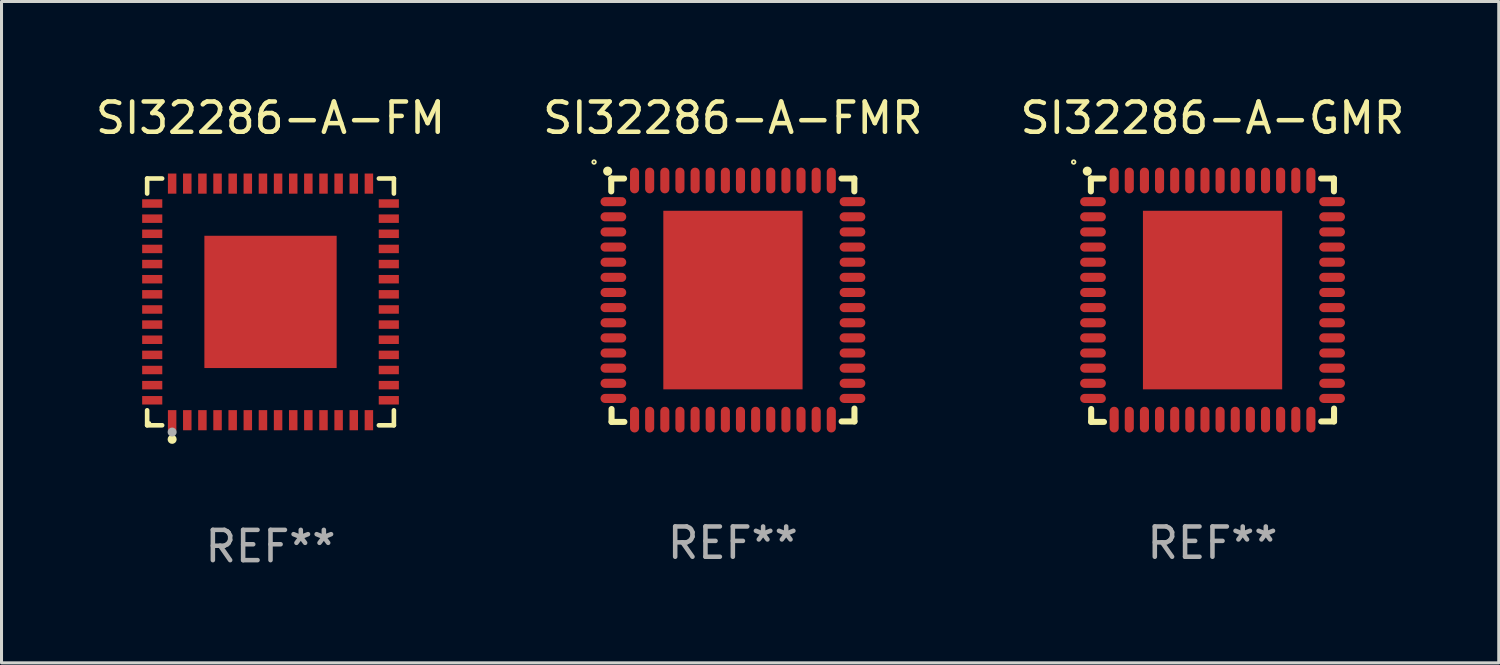
<source format=kicad_pcb>
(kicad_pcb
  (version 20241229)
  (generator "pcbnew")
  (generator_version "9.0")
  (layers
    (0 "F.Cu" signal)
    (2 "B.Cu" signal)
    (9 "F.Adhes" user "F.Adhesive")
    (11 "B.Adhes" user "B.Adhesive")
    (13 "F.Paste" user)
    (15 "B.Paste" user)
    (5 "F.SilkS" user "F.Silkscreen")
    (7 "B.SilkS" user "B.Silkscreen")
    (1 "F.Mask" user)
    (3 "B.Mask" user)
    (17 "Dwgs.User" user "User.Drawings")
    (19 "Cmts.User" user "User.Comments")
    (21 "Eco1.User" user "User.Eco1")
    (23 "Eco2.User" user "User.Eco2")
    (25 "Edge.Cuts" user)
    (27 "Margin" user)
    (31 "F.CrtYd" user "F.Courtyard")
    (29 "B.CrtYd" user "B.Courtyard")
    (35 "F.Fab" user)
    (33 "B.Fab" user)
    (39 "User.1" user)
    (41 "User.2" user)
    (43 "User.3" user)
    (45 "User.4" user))
  (footprint "SI32286-A-GMR"
    (layer "F.Cu")
    (at 37.006 6.868)
    (property "Reference" "SI32286-A-GMR" (at 0 -6.02 0) (layer "F.SilkS") (effects (font (size 1 1) (thickness 0.15))))
    (attr through_hole)
    (fp_line (start -4.017 -4.02) (end -3.593 -4.02) (stroke (width 0.2) (type solid)) (layer "F.SilkS"))
    (fp_line (start -4.017 -3.595) (end -4.017 -4.02) (stroke (width 0.2) (type solid)) (layer "F.SilkS"))
    (fp_line (start -4.007 3.595) (end -4.007 4.02) (stroke (width 0.2) (type solid)) (layer "F.SilkS"))
    (fp_line (start -4.007 4.02) (end -3.583 4.02) (stroke (width 0.2) (type solid)) (layer "F.SilkS"))
    (fp_line (start 3.593 4.005) (end 4.017 4.005) (stroke (width 0.2) (type solid)) (layer "F.SilkS"))
    (fp_line (start 4.013 -4.02) (end 3.588 -4.02) (stroke (width 0.2) (type solid)) (layer "F.SilkS"))
    (fp_line (start 4.013 -3.595) (end 4.013 -4.02) (stroke (width 0.2) (type solid)) (layer "F.SilkS"))
    (fp_line (start 4.017 4.005) (end 4.017 3.58) (stroke (width 0.2) (type solid)) (layer "F.SilkS"))
    (fp_arc (start -4.135484 -4.262433) (mid -4.135489 -4.263703) (end -4.135484 -4.264973) (stroke (width 0.3) (type solid)) (layer "F.SilkS"))
    (fp_circle (center -4.585 -4.564) (end -4.556 -4.564) (stroke (width 0.06) (type solid)) (fill no) (layer "F.SilkS"))
    (fp_text user "REF**" (at 0 8.02 0) (layer "F.Fab") (effects (font (size 1 1) (thickness 0.15))))
    (pad "1" smd oval (at -3.947 -3.255 90) (size 0.3 0.85) (layers "F.Cu" "F.Mask" "F.Paste"))
    (pad "2" smd oval (at -3.947 -2.755 90) (size 0.3 0.85) (layers "F.Cu" "F.Mask" "F.Paste"))
    (pad "3" smd oval (at -3.947 -2.255 90) (size 0.3 0.85) (layers "F.Cu" "F.Mask" "F.Paste"))
    (pad "4" smd oval (at -3.947 -1.755 90) (size 0.3 0.85) (layers "F.Cu" "F.Mask" "F.Paste"))
    (pad "5" smd oval (at -3.947 -1.255 90) (size 0.3 0.85) (layers "F.Cu" "F.Mask" "F.Paste"))
    (pad "6" smd oval (at -3.947 -0.755 90) (size 0.3 0.85) (layers "F.Cu" "F.Mask" "F.Paste"))
    (pad "7" smd oval (at -3.947 -0.255 90) (size 0.3 0.85) (layers "F.Cu" "F.Mask" "F.Paste"))
    (pad "8" smd oval (at -3.947 0.245 90) (size 0.3 0.85) (layers "F.Cu" "F.Mask" "F.Paste"))
    (pad "9" smd oval (at -3.947 0.745 90) (size 0.3 0.85) (layers "F.Cu" "F.Mask" "F.Paste"))
    (pad "10" smd oval (at -3.947 1.245 90) (size 0.3 0.85) (layers "F.Cu" "F.Mask" "F.Paste"))
    (pad "11" smd oval (at -3.947 1.745 90) (size 0.3 0.85) (layers "F.Cu" "F.Mask" "F.Paste"))
    (pad "12" smd oval (at -3.947 2.245 90) (size 0.3 0.85) (layers "F.Cu" "F.Mask" "F.Paste"))
    (pad "13" smd oval (at -3.947 2.745 90) (size 0.3 0.85) (layers "F.Cu" "F.Mask" "F.Paste"))
    (pad "14" smd oval (at -3.947 3.245 90) (size 0.3 0.85) (layers "F.Cu" "F.Mask" "F.Paste"))
    (pad "15" smd oval (at -3.247 3.945) (size 0.3 0.85) (layers "F.Cu" "F.Mask" "F.Paste"))
    (pad "16" smd oval (at -2.748 3.945) (size 0.3 0.85) (layers "F.Cu" "F.Mask" "F.Paste"))
    (pad "17" smd oval (at -2.247 3.945) (size 0.3 0.85) (layers "F.Cu" "F.Mask" "F.Paste"))
    (pad "18" smd oval (at -1.748 3.945) (size 0.3 0.85) (layers "F.Cu" "F.Mask" "F.Paste"))
    (pad "19" smd oval (at -1.247 3.945) (size 0.3 0.85) (layers "F.Cu" "F.Mask" "F.Paste"))
    (pad "20" smd oval (at -0.748 3.945) (size 0.3 0.85) (layers "F.Cu" "F.Mask" "F.Paste"))
    (pad "21" smd oval (at -0.247 3.945) (size 0.3 0.85) (layers "F.Cu" "F.Mask" "F.Paste"))
    (pad "22" smd oval (at 0.252 3.945) (size 0.3 0.85) (layers "F.Cu" "F.Mask" "F.Paste"))
    (pad "23" smd oval (at 0.753 3.945) (size 0.3 0.85) (layers "F.Cu" "F.Mask" "F.Paste"))
    (pad "24" smd oval (at 1.252 3.945) (size 0.3 0.85) (layers "F.Cu" "F.Mask" "F.Paste"))
    (pad "25" smd oval (at 1.753 3.945) (size 0.3 0.85) (layers "F.Cu" "F.Mask" "F.Paste"))
    (pad "26" smd oval (at 2.252 3.945) (size 0.3 0.85) (layers "F.Cu" "F.Mask" "F.Paste"))
    (pad "27" smd oval (at 2.753 3.945) (size 0.3 0.85) (layers "F.Cu" "F.Mask" "F.Paste"))
    (pad "28" smd oval (at 3.252 3.945) (size 0.3 0.85) (layers "F.Cu" "F.Mask" "F.Paste"))
    (pad "29" smd oval (at 3.952 3.245 90) (size 0.3 0.85) (layers "F.Cu" "F.Mask" "F.Paste"))
    (pad "30" smd oval (at 3.952 2.745 90) (size 0.3 0.85) (layers "F.Cu" "F.Mask" "F.Paste"))
    (pad "31" smd oval (at 3.952 2.245 90) (size 0.3 0.85) (layers "F.Cu" "F.Mask" "F.Paste"))
    (pad "32" smd oval (at 3.952 1.745 90) (size 0.3 0.85) (layers "F.Cu" "F.Mask" "F.Paste"))
    (pad "33" smd oval (at 3.952 1.245 90) (size 0.3 0.85) (layers "F.Cu" "F.Mask" "F.Paste"))
    (pad "34" smd oval (at 3.952 0.745 90) (size 0.3 0.85) (layers "F.Cu" "F.Mask" "F.Paste"))
    (pad "35" smd oval (at 3.952 0.245 90) (size 0.3 0.85) (layers "F.Cu" "F.Mask" "F.Paste"))
    (pad "36" smd oval (at 3.952 -0.255 90) (size 0.3 0.85) (layers "F.Cu" "F.Mask" "F.Paste"))
    (pad "37" smd oval (at 3.952 -0.755 90) (size 0.3 0.85) (layers "F.Cu" "F.Mask" "F.Paste"))
    (pad "38" smd oval (at 3.952 -1.255 90) (size 0.3 0.85) (layers "F.Cu" "F.Mask" "F.Paste"))
    (pad "39" smd oval (at 3.952 -1.755 90) (size 0.3 0.85) (layers "F.Cu" "F.Mask" "F.Paste"))
    (pad "40" smd oval (at 3.952 -2.255 90) (size 0.3 0.85) (layers "F.Cu" "F.Mask" "F.Paste"))
    (pad "41" smd oval (at 3.952 -2.755 90) (size 0.3 0.85) (layers "F.Cu" "F.Mask" "F.Paste"))
    (pad "42" smd oval (at 3.952 -3.255 90) (size 0.3 0.85) (layers "F.Cu" "F.Mask" "F.Paste"))
    (pad "43" smd oval (at 3.252 -3.955) (size 0.3 0.85) (layers "F.Cu" "F.Mask" "F.Paste"))
    (pad "44" smd oval (at 2.753 -3.955) (size 0.3 0.85) (layers "F.Cu" "F.Mask" "F.Paste"))
    (pad "45" smd oval (at 2.252 -3.955) (size 0.3 0.85) (layers "F.Cu" "F.Mask" "F.Paste"))
    (pad "46" smd oval (at 1.753 -3.955) (size 0.3 0.85) (layers "F.Cu" "F.Mask" "F.Paste"))
    (pad "47" smd oval (at 1.252 -3.955) (size 0.3 0.85) (layers "F.Cu" "F.Mask" "F.Paste"))
    (pad "48" smd oval (at 0.753 -3.955) (size 0.3 0.85) (layers "F.Cu" "F.Mask" "F.Paste"))
    (pad "49" smd oval (at 0.252 -3.955) (size 0.3 0.85) (layers "F.Cu" "F.Mask" "F.Paste"))
    (pad "50" smd oval (at -0.247 -3.955) (size 0.3 0.85) (layers "F.Cu" "F.Mask" "F.Paste"))
    (pad "51" smd oval (at -0.748 -3.955) (size 0.3 0.85) (layers "F.Cu" "F.Mask" "F.Paste"))
    (pad "52" smd oval (at -1.247 -3.955) (size 0.3 0.85) (layers "F.Cu" "F.Mask" "F.Paste"))
    (pad "53" smd oval (at -1.748 -3.955) (size 0.3 0.85) (layers "F.Cu" "F.Mask" "F.Paste"))
    (pad "54" smd oval (at -2.247 -3.955) (size 0.3 0.85) (layers "F.Cu" "F.Mask" "F.Paste"))
    (pad "55" smd oval (at -2.748 -3.955) (size 0.3 0.85) (layers "F.Cu" "F.Mask" "F.Paste"))
    (pad "56" smd oval (at -3.247 -3.955) (size 0.3 0.85) (layers "F.Cu" "F.Mask" "F.Paste"))
    (pad "57" smd rect (at 0.003 -0.005) (size 4.6 5.9) (layers "F.Cu" "F.Mask" "F.Paste")))
  (footprint "SI32286-A-FM"
    (layer "F.Cu")
    (at 5.887 6.924)
    (property "Reference" "SI32286-A-FM" (at 0 -6.076 0) (layer "F.SilkS") (effects (font (size 1 1) (thickness 0.15))))
    (attr through_hole)
    (fp_line (start -4.076 -4.076) (end -3.58 -4.076) (stroke (width 0.152) (type solid)) (layer "F.SilkS"))
    (fp_line (start -4.076 -3.58) (end -4.076 -4.076) (stroke (width 0.152) (type solid)) (layer "F.SilkS"))
    (fp_line (start -4.076 3.581) (end -4.076 4.076) (stroke (width 0.152) (type solid)) (layer "F.SilkS"))
    (fp_line (start -4.076 4.076) (end -3.58 4.076) (stroke (width 0.152) (type solid)) (layer "F.SilkS"))
    (fp_line (start 4.076 -4.076) (end 3.58 -4.076) (stroke (width 0.152) (type solid)) (layer "F.SilkS"))
    (fp_line (start 4.076 -3.58) (end 4.076 -4.076) (stroke (width 0.152) (type solid)) (layer "F.SilkS"))
    (fp_line (start 4.076 3.581) (end 4.076 4.076) (stroke (width 0.152) (type solid)) (layer "F.SilkS"))
    (fp_line (start 4.076 4.076) (end 3.58 4.076) (stroke (width 0.152) (type solid)) (layer "F.SilkS"))
    (fp_circle (center -4 4) (end -3.97 4) (stroke (width 0.06) (type solid)) (fill no) (layer "F.SilkS"))
    (fp_circle (center -3.25 4.54) (end -3.175 4.54) (stroke (width 0.15) (type solid)) (fill no) (layer "F.SilkS"))
    (fp_circle (center -3.25 4.3) (end -3.175 4.3) (stroke (width 0.15) (type solid)) (fill no) (layer "F.Fab"))
    (fp_text user "REF**" (at 0 8.076 0) (layer "F.Fab") (effects (font (size 1 1) (thickness 0.15))))
    (pad "1" smd rect (at -3.25 3.908) (size 0.28 0.665) (layers "F.Cu" "F.Mask" "F.Paste"))
    (pad "2" smd rect (at -2.75 3.908) (size 0.28 0.665) (layers "F.Cu" "F.Mask" "F.Paste"))
    (pad "3" smd rect (at -2.25 3.908) (size 0.28 0.665) (layers "F.Cu" "F.Mask" "F.Paste"))
    (pad "4" smd rect (at -1.75 3.908) (size 0.28 0.665) (layers "F.Cu" "F.Mask" "F.Paste"))
    (pad "5" smd rect (at -1.25 3.908) (size 0.28 0.665) (layers "F.Cu" "F.Mask" "F.Paste"))
    (pad "6" smd rect (at -0.75 3.908) (size 0.28 0.665) (layers "F.Cu" "F.Mask" "F.Paste"))
    (pad "7" smd rect (at -0.25 3.908) (size 0.28 0.665) (layers "F.Cu" "F.Mask" "F.Paste"))
    (pad "8" smd rect (at 0.25 3.908) (size 0.28 0.665) (layers "F.Cu" "F.Mask" "F.Paste"))
    (pad "9" smd rect (at 0.75 3.908) (size 0.28 0.665) (layers "F.Cu" "F.Mask" "F.Paste"))
    (pad "10" smd rect (at 1.25 3.908) (size 0.28 0.665) (layers "F.Cu" "F.Mask" "F.Paste"))
    (pad "11" smd rect (at 1.75 3.908) (size 0.28 0.665) (layers "F.Cu" "F.Mask" "F.Paste"))
    (pad "12" smd rect (at 2.25 3.908) (size 0.28 0.665) (layers "F.Cu" "F.Mask" "F.Paste"))
    (pad "13" smd rect (at 2.75 3.908) (size 0.28 0.665) (layers "F.Cu" "F.Mask" "F.Paste"))
    (pad "14" smd rect (at 3.25 3.908) (size 0.28 0.665) (layers "F.Cu" "F.Mask" "F.Paste"))
    (pad "15" smd rect (at 3.908 3.25) (size 0.665 0.28) (layers "F.Cu" "F.Mask" "F.Paste"))
    (pad "16" smd rect (at 3.908 2.75) (size 0.665 0.28) (layers "F.Cu" "F.Mask" "F.Paste"))
    (pad "17" smd rect (at 3.908 2.25) (size 0.665 0.28) (layers "F.Cu" "F.Mask" "F.Paste"))
    (pad "18" smd rect (at 3.908 1.75) (size 0.665 0.28) (layers "F.Cu" "F.Mask" "F.Paste"))
    (pad "19" smd rect (at 3.908 1.25) (size 0.665 0.28) (layers "F.Cu" "F.Mask" "F.Paste"))
    (pad "20" smd rect (at 3.908 0.75) (size 0.665 0.28) (layers "F.Cu" "F.Mask" "F.Paste"))
    (pad "21" smd rect (at 3.908 0.25) (size 0.665 0.28) (layers "F.Cu" "F.Mask" "F.Paste"))
    (pad "22" smd rect (at 3.908 -0.25) (size 0.665 0.28) (layers "F.Cu" "F.Mask" "F.Paste"))
    (pad "23" smd rect (at 3.908 -0.75) (size 0.665 0.28) (layers "F.Cu" "F.Mask" "F.Paste"))
    (pad "24" smd rect (at 3.908 -1.25) (size 0.665 0.28) (layers "F.Cu" "F.Mask" "F.Paste"))
    (pad "25" smd rect (at 3.908 -1.75) (size 0.665 0.28) (layers "F.Cu" "F.Mask" "F.Paste"))
    (pad "26" smd rect (at 3.908 -2.25) (size 0.665 0.28) (layers "F.Cu" "F.Mask" "F.Paste"))
    (pad "27" smd rect (at 3.908 -2.75) (size 0.665 0.28) (layers "F.Cu" "F.Mask" "F.Paste"))
    (pad "28" smd rect (at 3.908 -3.25) (size 0.665 0.28) (layers "F.Cu" "F.Mask" "F.Paste"))
    (pad "29" smd rect (at 3.25 -3.908) (size 0.28 0.665) (layers "F.Cu" "F.Mask" "F.Paste"))
    (pad "30" smd rect (at 2.75 -3.908) (size 0.28 0.665) (layers "F.Cu" "F.Mask" "F.Paste"))
    (pad "31" smd rect (at 2.25 -3.908) (size 0.28 0.665) (layers "F.Cu" "F.Mask" "F.Paste"))
    (pad "32" smd rect (at 1.75 -3.908) (size 0.28 0.665) (layers "F.Cu" "F.Mask" "F.Paste"))
    (pad "33" smd rect (at 1.25 -3.908) (size 0.28 0.665) (layers "F.Cu" "F.Mask" "F.Paste"))
    (pad "34" smd rect (at 0.75 -3.908) (size 0.28 0.665) (layers "F.Cu" "F.Mask" "F.Paste"))
    (pad "35" smd rect (at 0.25 -3.908) (size 0.28 0.665) (layers "F.Cu" "F.Mask" "F.Paste"))
    (pad "36" smd rect (at -0.25 -3.908) (size 0.28 0.665) (layers "F.Cu" "F.Mask" "F.Paste"))
    (pad "37" smd rect (at -0.75 -3.908) (size 0.28 0.665) (layers "F.Cu" "F.Mask" "F.Paste"))
    (pad "38" smd rect (at -1.25 -3.908) (size 0.28 0.665) (layers "F.Cu" "F.Mask" "F.Paste"))
    (pad "39" smd rect (at -1.75 -3.908) (size 0.28 0.665) (layers "F.Cu" "F.Mask" "F.Paste"))
    (pad "40" smd rect (at -2.25 -3.908) (size 0.28 0.665) (layers "F.Cu" "F.Mask" "F.Paste"))
    (pad "41" smd rect (at -2.75 -3.908) (size 0.28 0.665) (layers "F.Cu" "F.Mask" "F.Paste"))
    (pad "42" smd rect (at -3.25 -3.908) (size 0.28 0.665) (layers "F.Cu" "F.Mask" "F.Paste"))
    (pad "43" smd rect (at -3.908 -3.25) (size 0.665 0.28) (layers "F.Cu" "F.Mask" "F.Paste"))
    (pad "44" smd rect (at -3.908 -2.75) (size 0.665 0.28) (layers "F.Cu" "F.Mask" "F.Paste"))
    (pad "45" smd rect (at -3.908 -2.25) (size 0.665 0.28) (layers "F.Cu" "F.Mask" "F.Paste"))
    (pad "46" smd rect (at -3.908 -1.75) (size 0.665 0.28) (layers "F.Cu" "F.Mask" "F.Paste"))
    (pad "47" smd rect (at -3.908 -1.25) (size 0.665 0.28) (layers "F.Cu" "F.Mask" "F.Paste"))
    (pad "48" smd rect (at -3.908 -0.75) (size 0.665 0.28) (layers "F.Cu" "F.Mask" "F.Paste"))
    (pad "49" smd rect (at -3.908 -0.25) (size 0.665 0.28) (layers "F.Cu" "F.Mask" "F.Paste"))
    (pad "50" smd rect (at -3.908 0.25) (size 0.665 0.28) (layers "F.Cu" "F.Mask" "F.Paste"))
    (pad "51" smd rect (at -3.908 0.75) (size 0.665 0.28) (layers "F.Cu" "F.Mask" "F.Paste"))
    (pad "52" smd rect (at -3.908 1.25) (size 0.665 0.28) (layers "F.Cu" "F.Mask" "F.Paste"))
    (pad "53" smd rect (at -3.908 1.75) (size 0.665 0.28) (layers "F.Cu" "F.Mask" "F.Paste"))
    (pad "54" smd rect (at -3.908 2.25) (size 0.665 0.28) (layers "F.Cu" "F.Mask" "F.Paste"))
    (pad "55" smd rect (at -3.908 2.75) (size 0.665 0.28) (layers "F.Cu" "F.Mask" "F.Paste"))
    (pad "56" smd rect (at -3.908 3.25) (size 0.665 0.28) (layers "F.Cu" "F.Mask" "F.Paste"))
    (pad "57" smd rect (at 0 0.000025) (size 4.37 4.37) (layers "F.Cu" "F.Mask" "F.Paste")))
  (footprint "SI32286-A-FMR"
    (layer "F.Cu")
    (at 21.161 6.868)
    (property "Reference" "SI32286-A-FMR" (at 0 -6.02 0) (layer "F.SilkS") (effects (font (size 1 1) (thickness 0.15))))
    (attr through_hole)
    (fp_line (start -4.017 -4.02) (end -3.593 -4.02) (stroke (width 0.2) (type solid)) (layer "F.SilkS"))
    (fp_line (start -4.017 -3.595) (end -4.017 -4.02) (stroke (width 0.2) (type solid)) (layer "F.SilkS"))
    (fp_line (start -4.007 3.595) (end -4.007 4.02) (stroke (width 0.2) (type solid)) (layer "F.SilkS"))
    (fp_line (start -4.007 4.02) (end -3.583 4.02) (stroke (width 0.2) (type solid)) (layer "F.SilkS"))
    (fp_line (start 3.593 4.005) (end 4.017 4.005) (stroke (width 0.2) (type solid)) (layer "F.SilkS"))
    (fp_line (start 4.013 -4.02) (end 3.588 -4.02) (stroke (width 0.2) (type solid)) (layer "F.SilkS"))
    (fp_line (start 4.013 -3.595) (end 4.013 -4.02) (stroke (width 0.2) (type solid)) (layer "F.SilkS"))
    (fp_line (start 4.017 4.005) (end 4.017 3.58) (stroke (width 0.2) (type solid)) (layer "F.SilkS"))
    (fp_arc (start -4.135484 -4.262433) (mid -4.135489 -4.263703) (end -4.135484 -4.264973) (stroke (width 0.3) (type solid)) (layer "F.SilkS"))
    (fp_circle (center -4.585 -4.564) (end -4.556 -4.564) (stroke (width 0.06) (type solid)) (fill no) (layer "F.SilkS"))
    (fp_text user "REF**" (at 0 8.02 0) (layer "F.Fab") (effects (font (size 1 1) (thickness 0.15))))
    (pad "1" smd oval (at -3.947 -3.255 90) (size 0.3 0.85) (layers "F.Cu" "F.Mask" "F.Paste"))
    (pad "2" smd oval (at -3.947 -2.755 90) (size 0.3 0.85) (layers "F.Cu" "F.Mask" "F.Paste"))
    (pad "3" smd oval (at -3.947 -2.255 90) (size 0.3 0.85) (layers "F.Cu" "F.Mask" "F.Paste"))
    (pad "4" smd oval (at -3.947 -1.755 90) (size 0.3 0.85) (layers "F.Cu" "F.Mask" "F.Paste"))
    (pad "5" smd oval (at -3.947 -1.255 90) (size 0.3 0.85) (layers "F.Cu" "F.Mask" "F.Paste"))
    (pad "6" smd oval (at -3.947 -0.755 90) (size 0.3 0.85) (layers "F.Cu" "F.Mask" "F.Paste"))
    (pad "7" smd oval (at -3.947 -0.255 90) (size 0.3 0.85) (layers "F.Cu" "F.Mask" "F.Paste"))
    (pad "8" smd oval (at -3.947 0.245 90) (size 0.3 0.85) (layers "F.Cu" "F.Mask" "F.Paste"))
    (pad "9" smd oval (at -3.947 0.745 90) (size 0.3 0.85) (layers "F.Cu" "F.Mask" "F.Paste"))
    (pad "10" smd oval (at -3.947 1.245 90) (size 0.3 0.85) (layers "F.Cu" "F.Mask" "F.Paste"))
    (pad "11" smd oval (at -3.947 1.745 90) (size 0.3 0.85) (layers "F.Cu" "F.Mask" "F.Paste"))
    (pad "12" smd oval (at -3.947 2.245 90) (size 0.3 0.85) (layers "F.Cu" "F.Mask" "F.Paste"))
    (pad "13" smd oval (at -3.947 2.745 90) (size 0.3 0.85) (layers "F.Cu" "F.Mask" "F.Paste"))
    (pad "14" smd oval (at -3.947 3.245 90) (size 0.3 0.85) (layers "F.Cu" "F.Mask" "F.Paste"))
    (pad "15" smd oval (at -3.247 3.945) (size 0.3 0.85) (layers "F.Cu" "F.Mask" "F.Paste"))
    (pad "16" smd oval (at -2.748 3.945) (size 0.3 0.85) (layers "F.Cu" "F.Mask" "F.Paste"))
    (pad "17" smd oval (at -2.247 3.945) (size 0.3 0.85) (layers "F.Cu" "F.Mask" "F.Paste"))
    (pad "18" smd oval (at -1.748 3.945) (size 0.3 0.85) (layers "F.Cu" "F.Mask" "F.Paste"))
    (pad "19" smd oval (at -1.247 3.945) (size 0.3 0.85) (layers "F.Cu" "F.Mask" "F.Paste"))
    (pad "20" smd oval (at -0.748 3.945) (size 0.3 0.85) (layers "F.Cu" "F.Mask" "F.Paste"))
    (pad "21" smd oval (at -0.247 3.945) (size 0.3 0.85) (layers "F.Cu" "F.Mask" "F.Paste"))
    (pad "22" smd oval (at 0.252 3.945) (size 0.3 0.85) (layers "F.Cu" "F.Mask" "F.Paste"))
    (pad "23" smd oval (at 0.753 3.945) (size 0.3 0.85) (layers "F.Cu" "F.Mask" "F.Paste"))
    (pad "24" smd oval (at 1.252 3.945) (size 0.3 0.85) (layers "F.Cu" "F.Mask" "F.Paste"))
    (pad "25" smd oval (at 1.753 3.945) (size 0.3 0.85) (layers "F.Cu" "F.Mask" "F.Paste"))
    (pad "26" smd oval (at 2.252 3.945) (size 0.3 0.85) (layers "F.Cu" "F.Mask" "F.Paste"))
    (pad "27" smd oval (at 2.753 3.945) (size 0.3 0.85) (layers "F.Cu" "F.Mask" "F.Paste"))
    (pad "28" smd oval (at 3.252 3.945) (size 0.3 0.85) (layers "F.Cu" "F.Mask" "F.Paste"))
    (pad "29" smd oval (at 3.952 3.245 90) (size 0.3 0.85) (layers "F.Cu" "F.Mask" "F.Paste"))
    (pad "30" smd oval (at 3.952 2.745 90) (size 0.3 0.85) (layers "F.Cu" "F.Mask" "F.Paste"))
    (pad "31" smd oval (at 3.952 2.245 90) (size 0.3 0.85) (layers "F.Cu" "F.Mask" "F.Paste"))
    (pad "32" smd oval (at 3.952 1.745 90) (size 0.3 0.85) (layers "F.Cu" "F.Mask" "F.Paste"))
    (pad "33" smd oval (at 3.952 1.245 90) (size 0.3 0.85) (layers "F.Cu" "F.Mask" "F.Paste"))
    (pad "34" smd oval (at 3.952 0.745 90) (size 0.3 0.85) (layers "F.Cu" "F.Mask" "F.Paste"))
    (pad "35" smd oval (at 3.952 0.245 90) (size 0.3 0.85) (layers "F.Cu" "F.Mask" "F.Paste"))
    (pad "36" smd oval (at 3.952 -0.255 90) (size 0.3 0.85) (layers "F.Cu" "F.Mask" "F.Paste"))
    (pad "37" smd oval (at 3.952 -0.755 90) (size 0.3 0.85) (layers "F.Cu" "F.Mask" "F.Paste"))
    (pad "38" smd oval (at 3.952 -1.255 90) (size 0.3 0.85) (layers "F.Cu" "F.Mask" "F.Paste"))
    (pad "39" smd oval (at 3.952 -1.755 90) (size 0.3 0.85) (layers "F.Cu" "F.Mask" "F.Paste"))
    (pad "40" smd oval (at 3.952 -2.255 90) (size 0.3 0.85) (layers "F.Cu" "F.Mask" "F.Paste"))
    (pad "41" smd oval (at 3.952 -2.755 90) (size 0.3 0.85) (layers "F.Cu" "F.Mask" "F.Paste"))
    (pad "42" smd oval (at 3.952 -3.255 90) (size 0.3 0.85) (layers "F.Cu" "F.Mask" "F.Paste"))
    (pad "43" smd oval (at 3.252 -3.955) (size 0.3 0.85) (layers "F.Cu" "F.Mask" "F.Paste"))
    (pad "44" smd oval (at 2.753 -3.955) (size 0.3 0.85) (layers "F.Cu" "F.Mask" "F.Paste"))
    (pad "45" smd oval (at 2.252 -3.955) (size 0.3 0.85) (layers "F.Cu" "F.Mask" "F.Paste"))
    (pad "46" smd oval (at 1.753 -3.955) (size 0.3 0.85) (layers "F.Cu" "F.Mask" "F.Paste"))
    (pad "47" smd oval (at 1.252 -3.955) (size 0.3 0.85) (layers "F.Cu" "F.Mask" "F.Paste"))
    (pad "48" smd oval (at 0.753 -3.955) (size 0.3 0.85) (layers "F.Cu" "F.Mask" "F.Paste"))
    (pad "49" smd oval (at 0.252 -3.955) (size 0.3 0.85) (layers "F.Cu" "F.Mask" "F.Paste"))
    (pad "50" smd oval (at -0.247 -3.955) (size 0.3 0.85) (layers "F.Cu" "F.Mask" "F.Paste"))
    (pad "51" smd oval (at -0.748 -3.955) (size 0.3 0.85) (layers "F.Cu" "F.Mask" "F.Paste"))
    (pad "52" smd oval (at -1.247 -3.955) (size 0.3 0.85) (layers "F.Cu" "F.Mask" "F.Paste"))
    (pad "53" smd oval (at -1.748 -3.955) (size 0.3 0.85) (layers "F.Cu" "F.Mask" "F.Paste"))
    (pad "54" smd oval (at -2.247 -3.955) (size 0.3 0.85) (layers "F.Cu" "F.Mask" "F.Paste"))
    (pad "55" smd oval (at -2.748 -3.955) (size 0.3 0.85) (layers "F.Cu" "F.Mask" "F.Paste"))
    (pad "56" smd oval (at -3.247 -3.955) (size 0.3 0.85) (layers "F.Cu" "F.Mask" "F.Paste"))
    (pad "57" smd rect (at 0.003 -0.005) (size 4.6 5.9) (layers "F.Cu" "F.Mask" "F.Paste")))
  (gr_rect
    (start -3 -3)
    (end 46.464 18.849)
    (stroke (width 0.1) (type default))
    (fill no)
    (layer "Edge.Cuts")))
</source>
